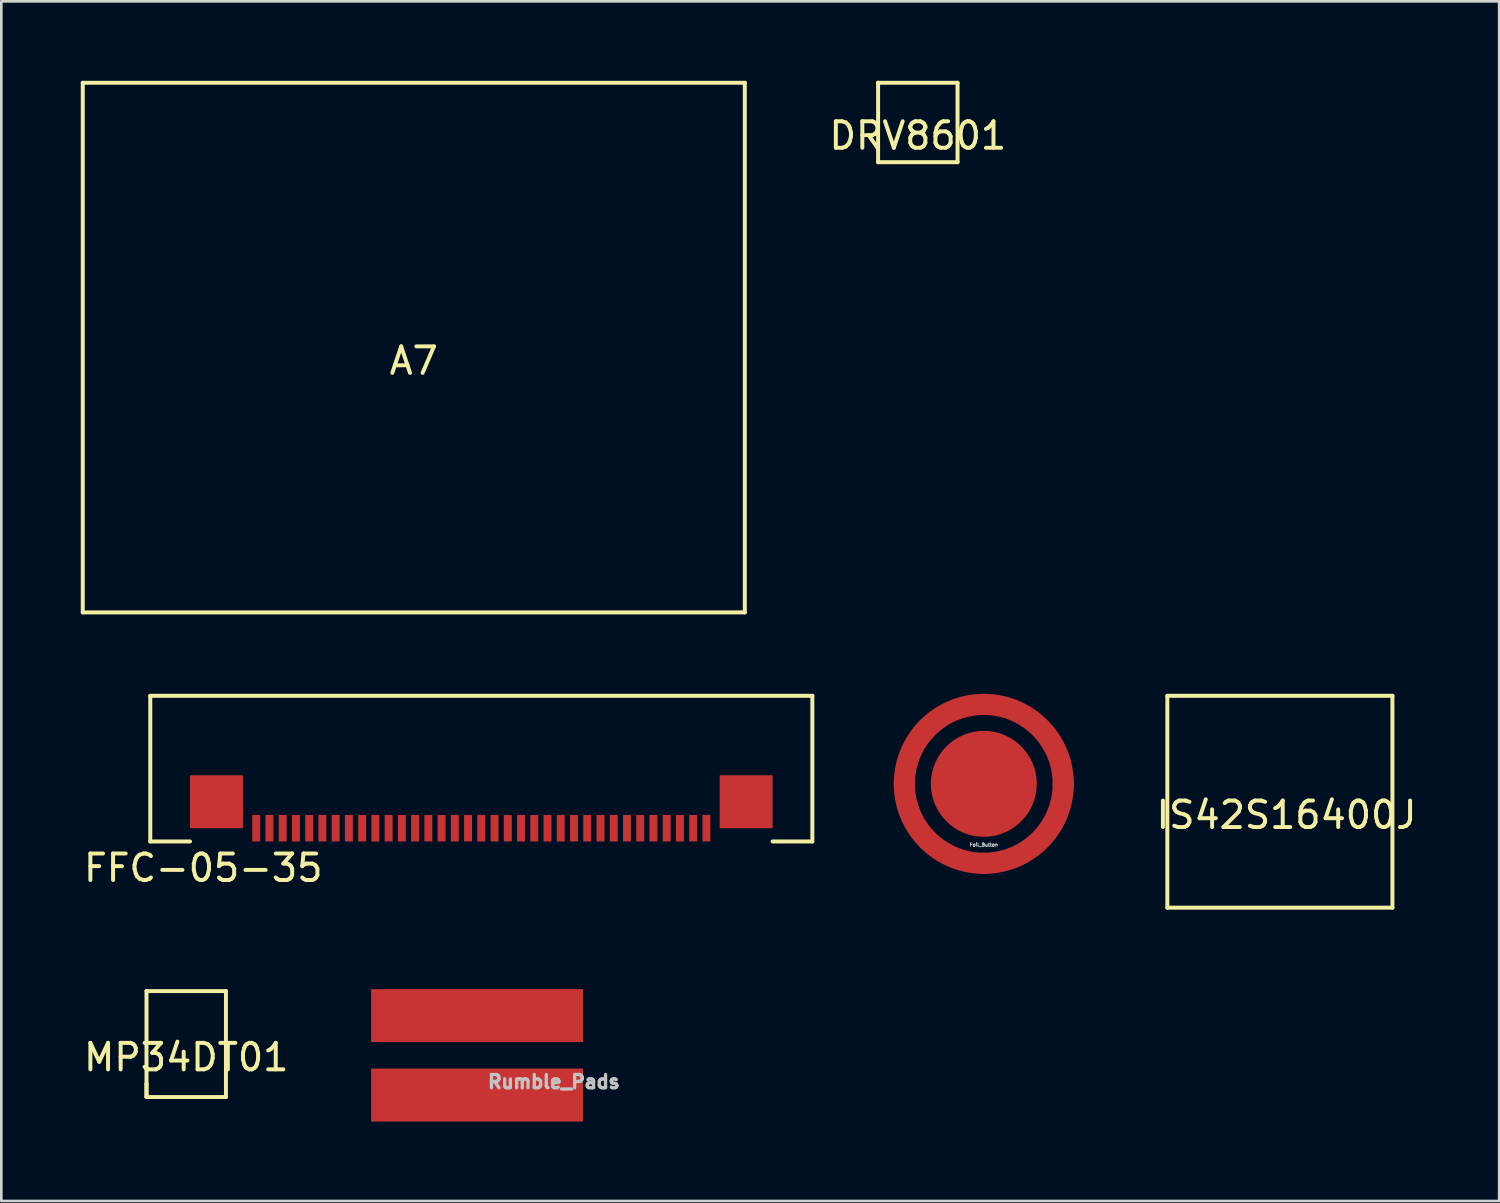
<source format=kicad_pcb>
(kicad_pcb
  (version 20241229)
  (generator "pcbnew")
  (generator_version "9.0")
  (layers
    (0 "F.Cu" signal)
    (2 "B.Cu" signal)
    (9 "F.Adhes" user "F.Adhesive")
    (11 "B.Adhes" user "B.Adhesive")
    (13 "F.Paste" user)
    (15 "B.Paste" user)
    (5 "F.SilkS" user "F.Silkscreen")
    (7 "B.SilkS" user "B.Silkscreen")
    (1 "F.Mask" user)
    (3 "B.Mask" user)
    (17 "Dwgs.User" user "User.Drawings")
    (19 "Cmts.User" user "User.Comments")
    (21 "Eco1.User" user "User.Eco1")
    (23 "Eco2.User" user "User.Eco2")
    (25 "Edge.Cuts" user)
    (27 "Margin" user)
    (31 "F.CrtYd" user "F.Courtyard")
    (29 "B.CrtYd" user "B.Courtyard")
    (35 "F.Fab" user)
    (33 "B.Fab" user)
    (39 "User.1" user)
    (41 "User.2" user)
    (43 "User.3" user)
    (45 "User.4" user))
  (footprint "Foil_Button"
    (layer "F.Cu")
    (at 34.1 26.55)
    (property "Reference" "Foil_Button" (at 0 2.3 0) (layer "Dwgs.User") (effects (font (size 0.127 0.127) (thickness 0.032))))
    (attr through_hole)
    (fp_circle (center 0 0) (end 3 0) (stroke (width 0.8) (type solid)) (fill no) (layer "F.Cu"))
    (pad "1" connect circle (at 0 0) (size 4 4) (layers "F.Cu" "F.Mask"))
    (pad "2" connect circle (at -3 0) (size 0.8 0.8) (layers "F.Cu" "F.Mask"))
    (pad "2" connect circle (at 0 -3) (size 0.8 0.8) (layers "F.Cu" "F.Mask"))
    (pad "2" connect circle (at 0 3) (size 0.8 0.8) (layers "F.Cu" "F.Mask"))
    (pad "2" connect circle (at 3 0) (size 0.8 0.8) (layers "F.Cu" "F.Mask")))
  (footprint "MP34DT01"
    (layer "F.Cu")
    (at 3.982 36.375)
    (property "Reference" "MP34DT01" (at 0 0.5 0) (layer "F.SilkS") (effects (font (size 1 1) (thickness 0.15))))
    (attr through_hole)
    (fp_line (start -1.5 -2) (end -1.5 1.5) (stroke (width 0.15) (type solid)) (layer "F.SilkS"))
    (fp_line (start -1.5 1.5) (end -1.5 2) (stroke (width 0.15) (type solid)) (layer "F.SilkS"))
    (fp_line (start -1.5 2) (end -1.5 1.5) (stroke (width 0.15) (type solid)) (layer "F.SilkS"))
    (fp_line (start -1.5 2) (end 1.5 2) (stroke (width 0.15) (type solid)) (layer "F.SilkS"))
    (fp_line (start 1.5 -2) (end -1.5 -2) (stroke (width 0.15) (type solid)) (layer "F.SilkS"))
    (fp_line (start 1.5 2) (end 1.5 -2) (stroke (width 0.15) (type solid)) (layer "F.SilkS")))
  (footprint "DRV8601"
    (layer "F.Cu")
    (at 31.608 1.575)
    (property "Reference" "DRV8601" (at 0 0.5 0) (layer "F.SilkS") (effects (font (size 1 1) (thickness 0.15))))
    (attr through_hole)
    (fp_line (start -1.5 -1.5) (end 1.5 -1.5) (stroke (width 0.15) (type solid)) (layer "F.SilkS"))
    (fp_line (start -1.5 1.5) (end -1.5 -1.5) (stroke (width 0.15) (type solid)) (layer "F.SilkS"))
    (fp_line (start 1.5 -1.5) (end 1.5 1.5) (stroke (width 0.15) (type solid)) (layer "F.SilkS"))
    (fp_line (start 1.5 1.5) (end -1.5 1.5) (stroke (width 0.15) (type solid)) (layer "F.SilkS")))
  (footprint "FFC-05-35"
    (layer "F.Cu")
    (at 6.625 28.225)
    (property "Reference" "FFC-05-35" (at -2 1.5 0) (layer "F.SilkS") (effects (font (size 1 1) (thickness 0.15))))
    (attr through_hole)
    (fp_line (start -4 -5) (end 21 -5) (stroke (width 0.15) (type solid)) (layer "F.SilkS"))
    (fp_line (start -4 0.5) (end -4 -5) (stroke (width 0.15) (type solid)) (layer "F.SilkS"))
    (fp_line (start -2.5 0.5) (end -4 0.5) (stroke (width 0.15) (type solid)) (layer "F.SilkS"))
    (fp_line (start 21 -5) (end 21 0.5) (stroke (width 0.15) (type solid)) (layer "F.SilkS"))
    (fp_line (start 21 0.5) (end 19.5 0.5) (stroke (width 0.15) (type solid)) (layer "F.SilkS"))
    (pad "" smd rect (at -1.5 -1) (size 2 2) (layers "F.Cu" "F.Mask" "F.Paste"))
    (pad "" smd rect (at 18.5 -1) (size 2 2) (layers "F.Cu" "F.Mask" "F.Paste"))
    (pad "1" smd rect (at 0 0) (size 0.3 1) (layers "F.Cu" "F.Mask" "F.Paste"))
    (pad "2" smd rect (at 0.5 0) (size 0.3 1) (layers "F.Cu" "F.Mask" "F.Paste"))
    (pad "3" smd rect (at 1 0) (size 0.3 1) (layers "F.Cu" "F.Mask" "F.Paste"))
    (pad "4" smd rect (at 1.5 0) (size 0.3 1) (layers "F.Cu" "F.Mask" "F.Paste"))
    (pad "5" smd rect (at 2 0) (size 0.3 1) (layers "F.Cu" "F.Mask" "F.Paste"))
    (pad "6" smd rect (at 2.5 0) (size 0.3 1) (layers "F.Cu" "F.Mask" "F.Paste"))
    (pad "7" smd rect (at 3 0) (size 0.3 1) (layers "F.Cu" "F.Mask" "F.Paste"))
    (pad "8" smd rect (at 3.5 0) (size 0.3 1) (layers "F.Cu" "F.Mask" "F.Paste"))
    (pad "9" smd rect (at 4 0) (size 0.3 1) (layers "F.Cu" "F.Mask" "F.Paste"))
    (pad "10" smd rect (at 4.5 0) (size 0.3 1) (layers "F.Cu" "F.Mask" "F.Paste"))
    (pad "11" smd rect (at 5 0) (size 0.3 1) (layers "F.Cu" "F.Mask" "F.Paste"))
    (pad "12" smd rect (at 5.5 0) (size 0.3 1) (layers "F.Cu" "F.Mask" "F.Paste"))
    (pad "13" smd rect (at 6 0) (size 0.3 1) (layers "F.Cu" "F.Mask" "F.Paste"))
    (pad "14" smd rect (at 6.5 0) (size 0.3 1) (layers "F.Cu" "F.Mask" "F.Paste"))
    (pad "15" smd rect (at 7 0) (size 0.3 1) (layers "F.Cu" "F.Mask" "F.Paste"))
    (pad "16" smd rect (at 7.5 0) (size 0.3 1) (layers "F.Cu" "F.Mask" "F.Paste"))
    (pad "17" smd rect (at 8 0) (size 0.3 1) (layers "F.Cu" "F.Mask" "F.Paste"))
    (pad "18" smd rect (at 8.5 0) (size 0.3 1) (layers "F.Cu" "F.Mask" "F.Paste"))
    (pad "19" smd rect (at 9 0) (size 0.3 1) (layers "F.Cu" "F.Mask" "F.Paste"))
    (pad "20" smd rect (at 9.5 0) (size 0.3 1) (layers "F.Cu" "F.Mask" "F.Paste"))
    (pad "21" smd rect (at 10 0) (size 0.3 1) (layers "F.Cu" "F.Mask" "F.Paste"))
    (pad "22" smd rect (at 10.5 0) (size 0.3 1) (layers "F.Cu" "F.Mask" "F.Paste"))
    (pad "23" smd rect (at 11 0) (size 0.3 1) (layers "F.Cu" "F.Mask" "F.Paste"))
    (pad "24" smd rect (at 11.5 0) (size 0.3 1) (layers "F.Cu" "F.Mask" "F.Paste"))
    (pad "25" smd rect (at 12 0) (size 0.3 1) (layers "F.Cu" "F.Mask" "F.Paste"))
    (pad "26" smd rect (at 12.5 0) (size 0.3 1) (layers "F.Cu" "F.Mask" "F.Paste"))
    (pad "27" smd rect (at 13 0) (size 0.3 1) (layers "F.Cu" "F.Mask" "F.Paste"))
    (pad "28" smd rect (at 13.5 0) (size 0.3 1) (layers "F.Cu" "F.Mask" "F.Paste"))
    (pad "29" smd rect (at 14 0) (size 0.3 1) (layers "F.Cu" "F.Mask" "F.Paste"))
    (pad "30" smd rect (at 14.5 0) (size 0.3 1) (layers "F.Cu" "F.Mask" "F.Paste"))
    (pad "31" smd rect (at 15 0) (size 0.3 1) (layers "F.Cu" "F.Mask" "F.Paste"))
    (pad "32" smd rect (at 15.5 0) (size 0.3 1) (layers "F.Cu" "F.Mask" "F.Paste"))
    (pad "33" smd rect (at 16 0) (size 0.3 1) (layers "F.Cu" "F.Mask" "F.Paste"))
    (pad "34" smd rect (at 16.5 0) (size 0.3 1) (layers "F.Cu" "F.Mask" "F.Paste"))
    (pad "35" smd rect (at 17 0) (size 0.3 1) (layers "F.Cu" "F.Mask" "F.Paste")))
  (footprint "Rumble_Pads"
    (layer "F.Cu")
    (at 14.964 35.3)
    (property "Reference" "Rumble_Pads" (at 2.9 2.5 0) (layer "Dwgs.User") (effects (font (size 0.5 0.5) (thickness 0.125))))
    (attr through_hole)
    (pad "1" connect rect (at 0 0) (size 8 2) (layers "F.Cu" "F.Mask"))
    (pad "2" connect rect (at 0 3) (size 8 2) (layers "F.Cu" "F.Mask")))
  (footprint "A7"
    (layer "F.Cu")
    (at 12.575 10.075)
    (property "Reference" "A7" (at 0 0.5 0) (layer "F.SilkS") (effects (font (size 1 1) (thickness 0.15))))
    (attr through_hole)
    (fp_line (start -12.5 -10) (end 12.5 -10) (stroke (width 0.15) (type solid)) (layer "F.SilkS"))
    (fp_line (start -12.5 10) (end -12.5 -10) (stroke (width 0.15) (type solid)) (layer "F.SilkS"))
    (fp_line (start 12.5 -10) (end 12.5 10) (stroke (width 0.15) (type solid)) (layer "F.SilkS"))
    (fp_line (start 12.5 10) (end -12.5 10) (stroke (width 0.15) (type solid)) (layer "F.SilkS")))
  (footprint "IS42S16400J"
    (layer "F.Cu")
    (at 45.53 27.225)
    (property "Reference" "IS42S16400J" (at 0 0.5 0) (layer "F.SilkS") (effects (font (size 1 1) (thickness 0.15))))
    (attr through_hole)
    (fp_line (start -4.5 -4) (end 4 -4) (stroke (width 0.15) (type solid)) (layer "F.SilkS"))
    (fp_line (start -4.5 4) (end -4.5 -4) (stroke (width 0.15) (type solid)) (layer "F.SilkS"))
    (fp_line (start 4 -4) (end 4 4) (stroke (width 0.15) (type solid)) (layer "F.SilkS"))
    (fp_line (start 4 4) (end -4.5 4) (stroke (width 0.15) (type solid)) (layer "F.SilkS")))
  (gr_rect
    (start -3 -3)
    (end 53.56 42.3)
    (stroke (width 0.1) (type default))
    (fill no)
    (layer "Edge.Cuts")))
</source>
